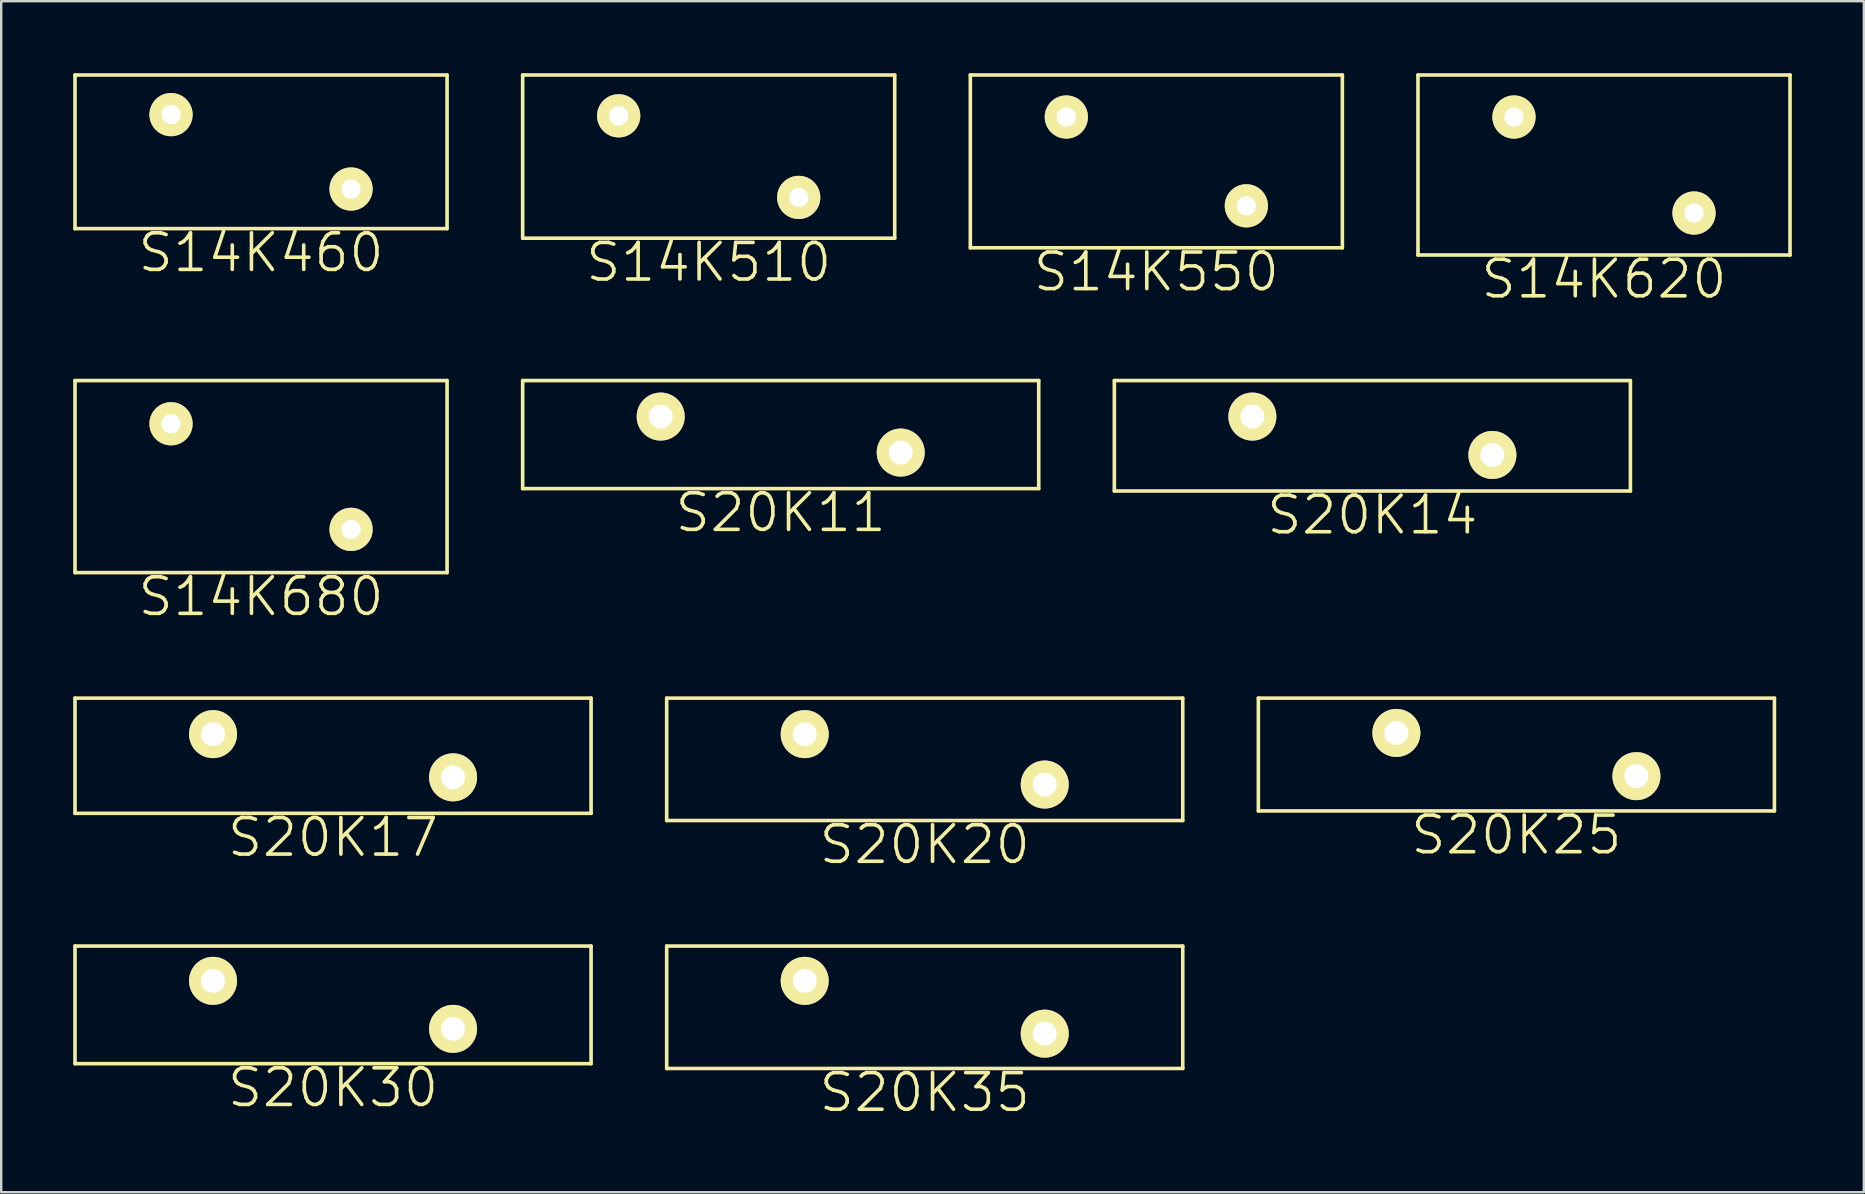
<source format=kicad_pcb>
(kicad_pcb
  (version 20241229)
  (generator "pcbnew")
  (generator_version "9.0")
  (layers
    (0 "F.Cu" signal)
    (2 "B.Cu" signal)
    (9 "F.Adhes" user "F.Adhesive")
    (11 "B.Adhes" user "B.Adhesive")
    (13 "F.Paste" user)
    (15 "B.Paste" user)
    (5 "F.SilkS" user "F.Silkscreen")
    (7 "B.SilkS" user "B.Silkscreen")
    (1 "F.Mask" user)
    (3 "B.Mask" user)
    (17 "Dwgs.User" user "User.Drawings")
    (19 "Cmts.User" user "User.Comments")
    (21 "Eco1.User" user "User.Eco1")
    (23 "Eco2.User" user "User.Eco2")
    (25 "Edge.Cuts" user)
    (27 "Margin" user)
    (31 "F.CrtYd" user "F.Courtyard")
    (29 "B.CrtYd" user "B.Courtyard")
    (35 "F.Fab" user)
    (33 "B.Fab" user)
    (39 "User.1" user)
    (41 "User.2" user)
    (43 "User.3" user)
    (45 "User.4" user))
  (footprint "S20K35"
    (layer "F.Cu")
    (at 30.475 37.814)
    (property "Reference" "S20K35" (at 5 4.65 0) (layer "F.SilkS") (effects (font (size 1.524 1.524) (thickness 0.15))))
    (attr through_hole)
    (fp_line (start -5.75 -1.45) (end -5.75 3.65) (stroke (width 0.15) (type solid)) (layer "F.SilkS"))
    (fp_line (start -5.75 -1.45) (end 15.75 -1.45) (stroke (width 0.15) (type solid)) (layer "F.SilkS"))
    (fp_line (start -5.75 3.65) (end 15.75 3.65) (stroke (width 0.15) (type solid)) (layer "F.SilkS"))
    (fp_line (start 15.75 -1.45) (end 15.75 3.65) (stroke (width 0.15) (type solid)) (layer "F.SilkS"))
    (pad "1" thru_hole circle (at 0 0) (size 2 2) (drill 1) (layers "*.Cu" "*.Mask" "F.SilkS"))
    (pad "2" thru_hole circle (at 10 2.2) (size 2 2) (drill 1) (layers "*.Cu" "*.Mask" "F.SilkS")))
  (footprint "S20K11"
    (layer "F.Cu")
    (at 24.475 14.305)
    (property "Reference" "S20K11" (at 5 4 0) (layer "F.SilkS") (effects (font (size 1.524 1.524) (thickness 0.15))))
    (attr through_hole)
    (fp_line (start -5.75 -1.5) (end -5.75 3) (stroke (width 0.15) (type solid)) (layer "F.SilkS"))
    (fp_line (start -5.75 -1.5) (end 15.75 -1.5) (stroke (width 0.15) (type solid)) (layer "F.SilkS"))
    (fp_line (start -5.75 3) (end 15.75 3) (stroke (width 0.15) (type solid)) (layer "F.SilkS"))
    (fp_line (start 15.75 -1.5) (end 15.75 3) (stroke (width 0.15) (type solid)) (layer "F.SilkS"))
    (pad "1" thru_hole circle (at 0 0) (size 2 2) (drill 1) (layers "*.Cu" "*.Mask" "F.SilkS"))
    (pad "2" thru_hole circle (at 10 1.5) (size 2 2) (drill 1) (layers "*.Cu" "*.Mask" "F.SilkS")))
  (footprint "S20K25"
    (layer "F.Cu")
    (at 55.125 27.485)
    (property "Reference" "S20K25" (at 5 4.25 0) (layer "F.SilkS") (effects (font (size 1.524 1.524) (thickness 0.15))))
    (attr through_hole)
    (fp_line (start -5.75 -1.45) (end -5.75 3.25) (stroke (width 0.15) (type solid)) (layer "F.SilkS"))
    (fp_line (start -5.75 -1.45) (end 15.75 -1.45) (stroke (width 0.15) (type solid)) (layer "F.SilkS"))
    (fp_line (start -5.75 3.25) (end 15.75 3.25) (stroke (width 0.15) (type solid)) (layer "F.SilkS"))
    (fp_line (start 15.75 -1.45) (end 15.75 3.25) (stroke (width 0.15) (type solid)) (layer "F.SilkS"))
    (pad "1" thru_hole circle (at 0 0) (size 2 2) (drill 1) (layers "*.Cu" "*.Mask" "F.SilkS"))
    (pad "2" thru_hole circle (at 10 1.8) (size 2 2) (drill 1) (layers "*.Cu" "*.Mask" "F.SilkS")))
  (footprint "S14K460"
    (layer "F.Cu")
    (at 4.075 1.725)
    (property "Reference" "S14K460" (at 3.75 5.75 0) (layer "F.SilkS") (effects (font (size 1.524 1.524) (thickness 0.15))))
    (attr through_hole)
    (fp_line (start -4 -1.65) (end -4 4.75) (stroke (width 0.15) (type solid)) (layer "F.SilkS"))
    (fp_line (start -4 -1.65) (end 11.5 -1.65) (stroke (width 0.15) (type solid)) (layer "F.SilkS"))
    (fp_line (start -4 4.75) (end 11.5 4.75) (stroke (width 0.15) (type solid)) (layer "F.SilkS"))
    (fp_line (start 11.5 -1.65) (end 11.5 4.75) (stroke (width 0.15) (type solid)) (layer "F.SilkS"))
    (pad "1" thru_hole circle (at 0 0) (size 1.8 1.8) (drill 0.8) (layers "*.Cu" "*.Mask" "F.SilkS"))
    (pad "2" thru_hole circle (at 7.5 3.1) (size 1.8 1.8) (drill 0.8) (layers "*.Cu" "*.Mask" "F.SilkS")))
  (footprint "S20K14"
    (layer "F.Cu")
    (at 49.125 14.305)
    (property "Reference" "S20K14" (at 5 4.1 0) (layer "F.SilkS") (effects (font (size 1.524 1.524) (thickness 0.15))))
    (attr through_hole)
    (fp_line (start -5.75 -1.5) (end -5.75 3.1) (stroke (width 0.15) (type solid)) (layer "F.SilkS"))
    (fp_line (start -5.75 -1.5) (end 15.75 -1.5) (stroke (width 0.15) (type solid)) (layer "F.SilkS"))
    (fp_line (start -5.75 3.1) (end 15.75 3.1) (stroke (width 0.15) (type solid)) (layer "F.SilkS"))
    (fp_line (start 15.75 -1.5) (end 15.75 3.1) (stroke (width 0.15) (type solid)) (layer "F.SilkS"))
    (pad "1" thru_hole circle (at 0 0) (size 2 2) (drill 1) (layers "*.Cu" "*.Mask" "F.SilkS"))
    (pad "2" thru_hole circle (at 10 1.6) (size 2 2) (drill 1) (layers "*.Cu" "*.Mask" "F.SilkS")))
  (footprint "S14K550"
    (layer "F.Cu")
    (at 41.375 1.825)
    (property "Reference" "S14K550" (at 3.75 6.45 0) (layer "F.SilkS") (effects (font (size 1.524 1.524) (thickness 0.15))))
    (attr through_hole)
    (fp_line (start -4 -1.75) (end -4 5.45) (stroke (width 0.15) (type solid)) (layer "F.SilkS"))
    (fp_line (start -4 -1.75) (end 11.5 -1.75) (stroke (width 0.15) (type solid)) (layer "F.SilkS"))
    (fp_line (start -4 5.45) (end 11.5 5.45) (stroke (width 0.15) (type solid)) (layer "F.SilkS"))
    (fp_line (start 11.5 -1.75) (end 11.5 5.45) (stroke (width 0.15) (type solid)) (layer "F.SilkS"))
    (pad "1" thru_hole circle (at 0 0) (size 1.8 1.8) (drill 0.8) (layers "*.Cu" "*.Mask" "F.SilkS"))
    (pad "2" thru_hole circle (at 7.5 3.7) (size 1.8 1.8) (drill 0.8) (layers "*.Cu" "*.Mask" "F.SilkS")))
  (footprint "S14K510"
    (layer "F.Cu")
    (at 22.725 1.775)
    (property "Reference" "S14K510" (at 3.75 6.1 0) (layer "F.SilkS") (effects (font (size 1.524 1.524) (thickness 0.15))))
    (attr through_hole)
    (fp_line (start -4 -1.7) (end -4 5.1) (stroke (width 0.15) (type solid)) (layer "F.SilkS"))
    (fp_line (start -4 -1.7) (end 11.5 -1.7) (stroke (width 0.15) (type solid)) (layer "F.SilkS"))
    (fp_line (start -4 5.1) (end 11.5 5.1) (stroke (width 0.15) (type solid)) (layer "F.SilkS"))
    (fp_line (start 11.5 -1.7) (end 11.5 5.1) (stroke (width 0.15) (type solid)) (layer "F.SilkS"))
    (pad "1" thru_hole circle (at 0 0) (size 1.8 1.8) (drill 0.8) (layers "*.Cu" "*.Mask" "F.SilkS"))
    (pad "2" thru_hole circle (at 7.5 3.4) (size 1.8 1.8) (drill 0.8) (layers "*.Cu" "*.Mask" "F.SilkS")))
  (footprint "S14K620"
    (layer "F.Cu")
    (at 60.025 1.825)
    (property "Reference" "S14K620" (at 3.75 6.75 0) (layer "F.SilkS") (effects (font (size 1.524 1.524) (thickness 0.15))))
    (attr through_hole)
    (fp_line (start -4 -1.75) (end -4 5.75) (stroke (width 0.15) (type solid)) (layer "F.SilkS"))
    (fp_line (start -4 -1.75) (end 11.5 -1.75) (stroke (width 0.15) (type solid)) (layer "F.SilkS"))
    (fp_line (start -4 5.75) (end 11.5 5.75) (stroke (width 0.15) (type solid)) (layer "F.SilkS"))
    (fp_line (start 11.5 -1.75) (end 11.5 5.75) (stroke (width 0.15) (type solid)) (layer "F.SilkS"))
    (pad "1" thru_hole circle (at 0 0) (size 1.8 1.8) (drill 0.8) (layers "*.Cu" "*.Mask" "F.SilkS"))
    (pad "2" thru_hole circle (at 7.5 4) (size 1.8 1.8) (drill 0.8) (layers "*.Cu" "*.Mask" "F.SilkS")))
  (footprint "S20K20"
    (layer "F.Cu")
    (at 30.475 27.535)
    (property "Reference" "S20K20" (at 5 4.6 0) (layer "F.SilkS") (effects (font (size 1.524 1.524) (thickness 0.15))))
    (attr through_hole)
    (fp_line (start -5.75 -1.5) (end -5.75 3.6) (stroke (width 0.15) (type solid)) (layer "F.SilkS"))
    (fp_line (start -5.75 -1.5) (end 15.75 -1.5) (stroke (width 0.15) (type solid)) (layer "F.SilkS"))
    (fp_line (start -5.75 3.6) (end 15.75 3.6) (stroke (width 0.15) (type solid)) (layer "F.SilkS"))
    (fp_line (start 15.75 -1.5) (end 15.75 3.6) (stroke (width 0.15) (type solid)) (layer "F.SilkS"))
    (pad "1" thru_hole circle (at 0 0) (size 2 2) (drill 1) (layers "*.Cu" "*.Mask" "F.SilkS"))
    (pad "2" thru_hole circle (at 10 2.1) (size 2 2) (drill 1) (layers "*.Cu" "*.Mask" "F.SilkS")))
  (footprint "S14K680"
    (layer "F.Cu")
    (at 4.075 14.605)
    (property "Reference" "S14K680" (at 3.75 7.2 0) (layer "F.SilkS") (effects (font (size 1.524 1.524) (thickness 0.15))))
    (attr through_hole)
    (fp_line (start -4 -1.8) (end -4 6.2) (stroke (width 0.15) (type solid)) (layer "F.SilkS"))
    (fp_line (start -4 -1.8) (end 11.5 -1.8) (stroke (width 0.15) (type solid)) (layer "F.SilkS"))
    (fp_line (start -4 6.2) (end 11.5 6.2) (stroke (width 0.15) (type solid)) (layer "F.SilkS"))
    (fp_line (start 11.5 -1.8) (end 11.5 6.2) (stroke (width 0.15) (type solid)) (layer "F.SilkS"))
    (pad "1" thru_hole circle (at 0 0) (size 1.8 1.8) (drill 0.8) (layers "*.Cu" "*.Mask" "F.SilkS"))
    (pad "2" thru_hole circle (at 7.5 4.4) (size 1.8 1.8) (drill 0.8) (layers "*.Cu" "*.Mask" "F.SilkS")))
  (footprint "S20K30"
    (layer "F.Cu")
    (at 5.825 37.814)
    (property "Reference" "S20K30" (at 5 4.45 0) (layer "F.SilkS") (effects (font (size 1.524 1.524) (thickness 0.15))))
    (attr through_hole)
    (fp_line (start -5.75 -1.45) (end -5.75 3.45) (stroke (width 0.15) (type solid)) (layer "F.SilkS"))
    (fp_line (start -5.75 -1.45) (end 15.75 -1.45) (stroke (width 0.15) (type solid)) (layer "F.SilkS"))
    (fp_line (start -5.75 3.45) (end 15.75 3.45) (stroke (width 0.15) (type solid)) (layer "F.SilkS"))
    (fp_line (start 15.75 -1.45) (end 15.75 3.45) (stroke (width 0.15) (type solid)) (layer "F.SilkS"))
    (pad "1" thru_hole circle (at 0 0) (size 2 2) (drill 1) (layers "*.Cu" "*.Mask" "F.SilkS"))
    (pad "2" thru_hole circle (at 10 2) (size 2 2) (drill 1) (layers "*.Cu" "*.Mask" "F.SilkS")))
  (footprint "S20K17"
    (layer "F.Cu")
    (at 5.825 27.535)
    (property "Reference" "S20K17" (at 5 4.3 0) (layer "F.SilkS") (effects (font (size 1.524 1.524) (thickness 0.15))))
    (attr through_hole)
    (fp_line (start -5.75 -1.5) (end -5.75 3.3) (stroke (width 0.15) (type solid)) (layer "F.SilkS"))
    (fp_line (start -5.75 -1.5) (end 15.75 -1.5) (stroke (width 0.15) (type solid)) (layer "F.SilkS"))
    (fp_line (start -5.75 3.3) (end 15.75 3.3) (stroke (width 0.15) (type solid)) (layer "F.SilkS"))
    (fp_line (start 15.75 -1.5) (end 15.75 3.3) (stroke (width 0.15) (type solid)) (layer "F.SilkS"))
    (pad "1" thru_hole circle (at 0 0) (size 2 2) (drill 1) (layers "*.Cu" "*.Mask" "F.SilkS"))
    (pad "2" thru_hole circle (at 10 1.8) (size 2 2) (drill 1) (layers "*.Cu" "*.Mask" "F.SilkS")))
  (gr_rect
    (start -3 -3)
    (end 74.6 46.619)
    (stroke (width 0.1) (type default))
    (fill no)
    (layer "Edge.Cuts")))
</source>
